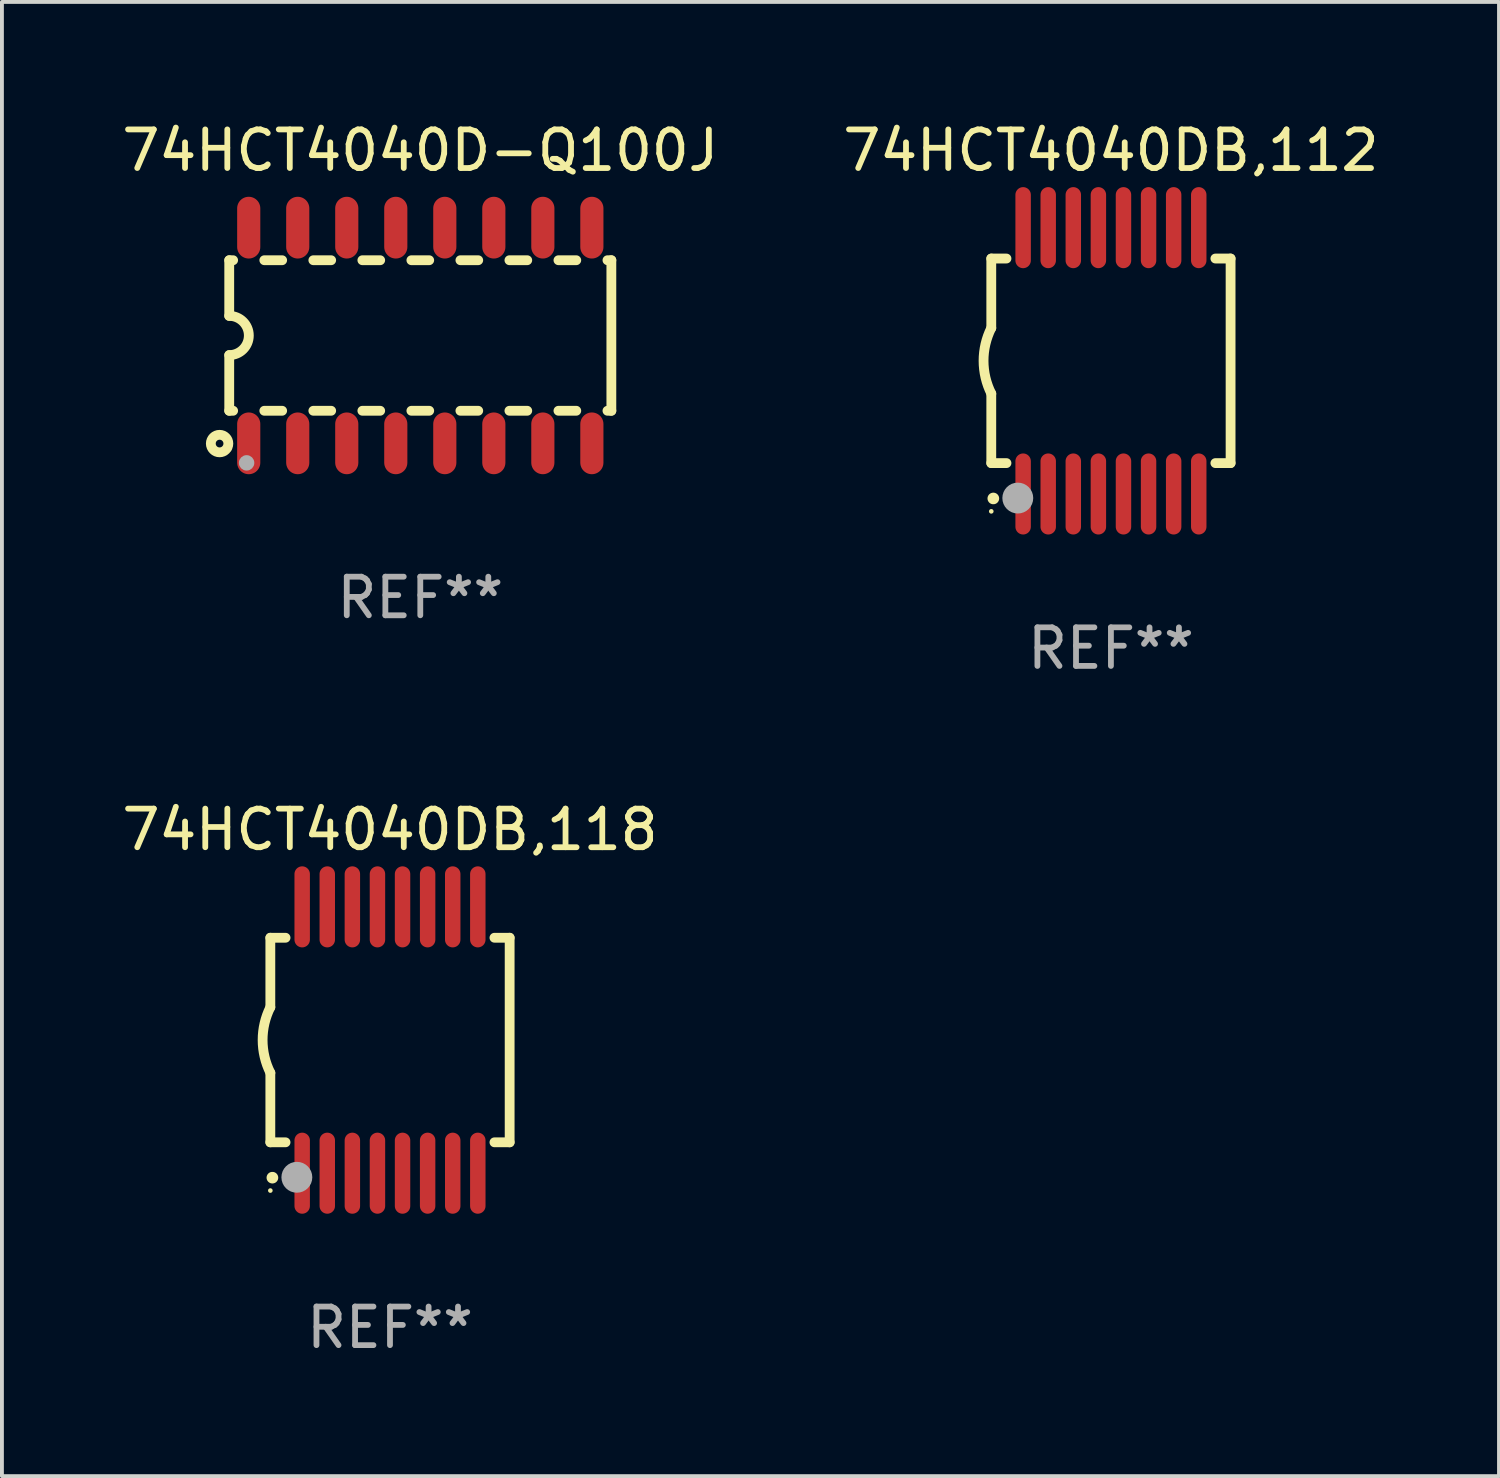
<source format=kicad_pcb>
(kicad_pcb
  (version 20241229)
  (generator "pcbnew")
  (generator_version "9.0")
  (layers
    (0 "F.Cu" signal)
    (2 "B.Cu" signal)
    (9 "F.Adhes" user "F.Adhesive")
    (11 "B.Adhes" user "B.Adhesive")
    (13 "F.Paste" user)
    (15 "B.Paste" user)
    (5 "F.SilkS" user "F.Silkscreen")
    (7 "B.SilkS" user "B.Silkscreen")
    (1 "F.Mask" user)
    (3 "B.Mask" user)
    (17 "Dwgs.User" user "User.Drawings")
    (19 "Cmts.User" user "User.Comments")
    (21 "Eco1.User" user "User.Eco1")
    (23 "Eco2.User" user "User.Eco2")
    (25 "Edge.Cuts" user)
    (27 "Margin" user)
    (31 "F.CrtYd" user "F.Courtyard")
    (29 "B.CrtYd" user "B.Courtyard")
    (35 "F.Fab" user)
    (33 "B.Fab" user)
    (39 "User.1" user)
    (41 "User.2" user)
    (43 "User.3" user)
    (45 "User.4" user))
  (footprint "74HCT4040D-Q100J"
    (layer "F.Cu")
    (at 7.839 5.642)
    (property "Reference" "74HCT4040D-Q100J" (at 0 -4.794 0) (layer "F.SilkS") (effects (font (size 1 1) (thickness 0.15))))
    (attr through_hole)
    (fp_line (start -4.95 -1.95) (end -4.95 -0.508) (stroke (width 0.254) (type solid)) (layer "F.SilkS"))
    (fp_line (start -4.95 -1.95) (end -4.849 -1.95) (stroke (width 0.254) (type solid)) (layer "F.SilkS"))
    (fp_line (start -4.95 1.95) (end -4.95 0.508) (stroke (width 0.254) (type solid)) (layer "F.SilkS"))
    (fp_line (start -4.95 1.95) (end -4.849 1.95) (stroke (width 0.254) (type solid)) (layer "F.SilkS"))
    (fp_line (start -4.041 -1.95) (end -3.579 -1.95) (stroke (width 0.254) (type solid)) (layer "F.SilkS"))
    (fp_line (start -4.041 1.95) (end -3.579 1.95) (stroke (width 0.254) (type solid)) (layer "F.SilkS"))
    (fp_line (start -2.771 -1.95) (end -2.309 -1.95) (stroke (width 0.254) (type solid)) (layer "F.SilkS"))
    (fp_line (start -2.771 1.95) (end -2.309 1.95) (stroke (width 0.254) (type solid)) (layer "F.SilkS"))
    (fp_line (start -1.501 -1.95) (end -1.039 -1.95) (stroke (width 0.254) (type solid)) (layer "F.SilkS"))
    (fp_line (start -1.501 1.95) (end -1.039 1.95) (stroke (width 0.254) (type solid)) (layer "F.SilkS"))
    (fp_line (start -0.231 -1.95) (end 0.231 -1.95) (stroke (width 0.254) (type solid)) (layer "F.SilkS"))
    (fp_line (start -0.231 1.95) (end 0.231 1.95) (stroke (width 0.254) (type solid)) (layer "F.SilkS"))
    (fp_line (start 1.039 -1.95) (end 1.501 -1.95) (stroke (width 0.254) (type solid)) (layer "F.SilkS"))
    (fp_line (start 1.039 1.95) (end 1.501 1.95) (stroke (width 0.254) (type solid)) (layer "F.SilkS"))
    (fp_line (start 2.309 -1.95) (end 2.771 -1.95) (stroke (width 0.254) (type solid)) (layer "F.SilkS"))
    (fp_line (start 2.309 1.95) (end 2.771 1.95) (stroke (width 0.254) (type solid)) (layer "F.SilkS"))
    (fp_line (start 3.579 -1.95) (end 4.041 -1.95) (stroke (width 0.254) (type solid)) (layer "F.SilkS"))
    (fp_line (start 3.579 1.95) (end 4.041 1.95) (stroke (width 0.254) (type solid)) (layer "F.SilkS"))
    (fp_line (start 4.849 -1.95) (end 4.95 -1.95) (stroke (width 0.254) (type solid)) (layer "F.SilkS"))
    (fp_line (start 4.849 1.95) (end 4.95 1.95) (stroke (width 0.254) (type solid)) (layer "F.SilkS"))
    (fp_line (start 4.95 -1.95) (end 4.95 1.95) (stroke (width 0.254) (type solid)) (layer "F.SilkS"))
    (fp_arc (start -4.95047 -0.508001) (mid -4.442469 -0.000228) (end -4.950013 0.508001) (stroke (width 0.254001) (type solid)) (layer "F.SilkS"))
    (fp_circle (center -5.2 2.8) (end -5.1 2.8) (stroke (width 0.254) (type solid)) (fill no) (layer "F.SilkS"))
    (fp_circle (center -4.95 2.947) (end -4.92 2.947) (stroke (width 0.06) (type solid)) (fill no) (layer "F.SilkS"))
    (fp_circle (center -4.5 3.3) (end -4.4 3.3) (stroke (width 0.2) (type solid)) (fill no) (layer "F.Fab"))
    (fp_text user "REF**" (at 0 6.794 0) (layer "F.Fab") (effects (font (size 1 1) (thickness 0.15))))
    (pad "1" smd oval (at -4.445 2.794) (size 0.6 1.6) (layers "F.Cu" "F.Mask" "F.Paste"))
    (pad "2" smd oval (at -3.175 2.794) (size 0.6 1.6) (layers "F.Cu" "F.Mask" "F.Paste"))
    (pad "3" smd oval (at -1.905 2.794) (size 0.6 1.6) (layers "F.Cu" "F.Mask" "F.Paste"))
    (pad "4" smd oval (at -0.635 2.794) (size 0.6 1.6) (layers "F.Cu" "F.Mask" "F.Paste"))
    (pad "5" smd oval (at 0.635 2.794) (size 0.6 1.6) (layers "F.Cu" "F.Mask" "F.Paste"))
    (pad "6" smd oval (at 1.905 2.794) (size 0.6 1.6) (layers "F.Cu" "F.Mask" "F.Paste"))
    (pad "7" smd oval (at 3.175 2.794) (size 0.6 1.6) (layers "F.Cu" "F.Mask" "F.Paste"))
    (pad "8" smd oval (at 4.445 2.794) (size 0.6 1.6) (layers "F.Cu" "F.Mask" "F.Paste"))
    (pad "9" smd oval (at 4.445 -2.794) (size 0.6 1.6) (layers "F.Cu" "F.Mask" "F.Paste"))
    (pad "10" smd oval (at 3.175 -2.794) (size 0.6 1.6) (layers "F.Cu" "F.Mask" "F.Paste"))
    (pad "11" smd oval (at 1.905 -2.794) (size 0.6 1.6) (layers "F.Cu" "F.Mask" "F.Paste"))
    (pad "12" smd oval (at 0.635 -2.794) (size 0.6 1.6) (layers "F.Cu" "F.Mask" "F.Paste"))
    (pad "13" smd oval (at -0.635 -2.794) (size 0.6 1.6) (layers "F.Cu" "F.Mask" "F.Paste"))
    (pad "14" smd oval (at -1.905 -2.794) (size 0.6 1.6) (layers "F.Cu" "F.Mask" "F.Paste"))
    (pad "15" smd oval (at -3.175 -2.794) (size 0.6 1.6) (layers "F.Cu" "F.Mask" "F.Paste"))
    (pad "16" smd oval (at -4.445 -2.794) (size 0.6 1.6) (layers "F.Cu" "F.Mask" "F.Paste")))
  (footprint "74HCT4040DB,112"
    (layer "F.Cu")
    (at 25.732 6.298)
    (property "Reference" "74HCT4040DB,112" (at 0 -5.45 0) (layer "F.SilkS") (effects (font (size 1 1) (thickness 0.15))))
    (attr through_hole)
    (fp_line (start -3.1 -2.65) (end -3.1 -0.85) (stroke (width 0.254) (type solid)) (layer "F.SilkS"))
    (fp_line (start -3.1 -2.65) (end -2.706 -2.65) (stroke (width 0.254) (type solid)) (layer "F.SilkS"))
    (fp_line (start -3.1 2.65) (end -3.1 0.85) (stroke (width 0.254) (type solid)) (layer "F.SilkS"))
    (fp_line (start -3.1 2.65) (end -2.706 2.65) (stroke (width 0.254) (type solid)) (layer "F.SilkS"))
    (fp_line (start 2.706 -2.65) (end 3.1 -2.65) (stroke (width 0.254) (type solid)) (layer "F.SilkS"))
    (fp_line (start 2.706 2.65) (end 3.1 2.65) (stroke (width 0.254) (type solid)) (layer "F.SilkS"))
    (fp_line (start 3.1 -2.65) (end 3.1 2.65) (stroke (width 0.254) (type solid)) (layer "F.SilkS"))
    (fp_arc (start -3.098907 0.850902) (mid -3.300057 0.000523) (end -3.1 -0.850114) (stroke (width 0.254001) (type solid)) (layer "F.SilkS"))
    (fp_arc (start -3.048006 3.566066) (mid -3.046736 3.566061) (end -3.045466 3.566066) (stroke (width 0.3) (type solid)) (layer "F.SilkS"))
    (fp_circle (center -3.1 3.9) (end -3.07 3.9) (stroke (width 0.06) (type solid)) (fill no) (layer "F.SilkS"))
    (fp_circle (center -2.413 3.556) (end -2.213 3.556) (stroke (width 0.4) (type solid)) (fill no) (layer "F.Fab"))
    (fp_text user "REF**" (at 0 7.45 0) (layer "F.Fab") (effects (font (size 1 1) (thickness 0.15))))
    (pad "1" smd oval (at -2.275 3.45 180) (size 0.4 2.1) (layers "F.Cu" "F.Mask" "F.Paste"))
    (pad "2" smd oval (at -1.625 3.45 180) (size 0.4 2.1) (layers "F.Cu" "F.Mask" "F.Paste"))
    (pad "3" smd oval (at -0.975 3.45 180) (size 0.4 2.1) (layers "F.Cu" "F.Mask" "F.Paste"))
    (pad "4" smd oval (at -0.325 3.45 180) (size 0.4 2.1) (layers "F.Cu" "F.Mask" "F.Paste"))
    (pad "5" smd oval (at 0.325 3.45 180) (size 0.4 2.1) (layers "F.Cu" "F.Mask" "F.Paste"))
    (pad "6" smd oval (at 0.975 3.45 180) (size 0.4 2.1) (layers "F.Cu" "F.Mask" "F.Paste"))
    (pad "7" smd oval (at 1.625 3.45 180) (size 0.4 2.1) (layers "F.Cu" "F.Mask" "F.Paste"))
    (pad "8" smd oval (at 2.275 3.45 180) (size 0.4 2.1) (layers "F.Cu" "F.Mask" "F.Paste"))
    (pad "9" smd oval (at 2.275 -3.45 180) (size 0.4 2.1) (layers "F.Cu" "F.Mask" "F.Paste"))
    (pad "10" smd oval (at 1.625 -3.45 180) (size 0.4 2.1) (layers "F.Cu" "F.Mask" "F.Paste"))
    (pad "11" smd oval (at 0.975 -3.45 180) (size 0.4 2.1) (layers "F.Cu" "F.Mask" "F.Paste"))
    (pad "12" smd oval (at 0.325 -3.45 180) (size 0.4 2.1) (layers "F.Cu" "F.Mask" "F.Paste"))
    (pad "13" smd oval (at -0.325 -3.45 180) (size 0.4 2.1) (layers "F.Cu" "F.Mask" "F.Paste"))
    (pad "14" smd oval (at -0.975 -3.45 180) (size 0.4 2.1) (layers "F.Cu" "F.Mask" "F.Paste"))
    (pad "15" smd oval (at -1.625 -3.45 180) (size 0.4 2.1) (layers "F.Cu" "F.Mask" "F.Paste"))
    (pad "16" smd oval (at -2.275 -3.45 180) (size 0.4 2.1) (layers "F.Cu" "F.Mask" "F.Paste")))
  (footprint "74HCT4040DB,118"
    (layer "F.Cu")
    (at 7.054 23.895)
    (property "Reference" "74HCT4040DB,118" (at 0 -5.45 0) (layer "F.SilkS") (effects (font (size 1 1) (thickness 0.15))))
    (attr through_hole)
    (fp_line (start -3.1 -2.65) (end -3.1 -0.85) (stroke (width 0.254) (type solid)) (layer "F.SilkS"))
    (fp_line (start -3.1 -2.65) (end -2.706 -2.65) (stroke (width 0.254) (type solid)) (layer "F.SilkS"))
    (fp_line (start -3.1 2.65) (end -3.1 0.85) (stroke (width 0.254) (type solid)) (layer "F.SilkS"))
    (fp_line (start -3.1 2.65) (end -2.706 2.65) (stroke (width 0.254) (type solid)) (layer "F.SilkS"))
    (fp_line (start 2.706 -2.65) (end 3.1 -2.65) (stroke (width 0.254) (type solid)) (layer "F.SilkS"))
    (fp_line (start 2.706 2.65) (end 3.1 2.65) (stroke (width 0.254) (type solid)) (layer "F.SilkS"))
    (fp_line (start 3.1 -2.65) (end 3.1 2.65) (stroke (width 0.254) (type solid)) (layer "F.SilkS"))
    (fp_arc (start -3.098907 0.850902) (mid -3.300057 0.000523) (end -3.1 -0.850114) (stroke (width 0.254001) (type solid)) (layer "F.SilkS"))
    (fp_arc (start -3.048006 3.566066) (mid -3.046736 3.566061) (end -3.045466 3.566066) (stroke (width 0.3) (type solid)) (layer "F.SilkS"))
    (fp_circle (center -3.1 3.9) (end -3.07 3.9) (stroke (width 0.06) (type solid)) (fill no) (layer "F.SilkS"))
    (fp_circle (center -2.413 3.556) (end -2.213 3.556) (stroke (width 0.4) (type solid)) (fill no) (layer "F.Fab"))
    (fp_text user "REF**" (at 0 7.45 0) (layer "F.Fab") (effects (font (size 1 1) (thickness 0.15))))
    (pad "1" smd oval (at -2.275 3.45 180) (size 0.4 2.1) (layers "F.Cu" "F.Mask" "F.Paste"))
    (pad "2" smd oval (at -1.625 3.45 180) (size 0.4 2.1) (layers "F.Cu" "F.Mask" "F.Paste"))
    (pad "3" smd oval (at -0.975 3.45 180) (size 0.4 2.1) (layers "F.Cu" "F.Mask" "F.Paste"))
    (pad "4" smd oval (at -0.325 3.45 180) (size 0.4 2.1) (layers "F.Cu" "F.Mask" "F.Paste"))
    (pad "5" smd oval (at 0.325 3.45 180) (size 0.4 2.1) (layers "F.Cu" "F.Mask" "F.Paste"))
    (pad "6" smd oval (at 0.975 3.45 180) (size 0.4 2.1) (layers "F.Cu" "F.Mask" "F.Paste"))
    (pad "7" smd oval (at 1.625 3.45 180) (size 0.4 2.1) (layers "F.Cu" "F.Mask" "F.Paste"))
    (pad "8" smd oval (at 2.275 3.45 180) (size 0.4 2.1) (layers "F.Cu" "F.Mask" "F.Paste"))
    (pad "9" smd oval (at 2.275 -3.45 180) (size 0.4 2.1) (layers "F.Cu" "F.Mask" "F.Paste"))
    (pad "10" smd oval (at 1.625 -3.45 180) (size 0.4 2.1) (layers "F.Cu" "F.Mask" "F.Paste"))
    (pad "11" smd oval (at 0.975 -3.45 180) (size 0.4 2.1) (layers "F.Cu" "F.Mask" "F.Paste"))
    (pad "12" smd oval (at 0.325 -3.45 180) (size 0.4 2.1) (layers "F.Cu" "F.Mask" "F.Paste"))
    (pad "13" smd oval (at -0.325 -3.45 180) (size 0.4 2.1) (layers "F.Cu" "F.Mask" "F.Paste"))
    (pad "14" smd oval (at -0.975 -3.45 180) (size 0.4 2.1) (layers "F.Cu" "F.Mask" "F.Paste"))
    (pad "15" smd oval (at -1.625 -3.45 180) (size 0.4 2.1) (layers "F.Cu" "F.Mask" "F.Paste"))
    (pad "16" smd oval (at -2.275 -3.45 180) (size 0.4 2.1) (layers "F.Cu" "F.Mask" "F.Paste")))
  (gr_rect
    (start -3 -3)
    (end 35.786 35.193)
    (stroke (width 0.1) (type default))
    (fill no)
    (layer "Edge.Cuts")))
</source>
